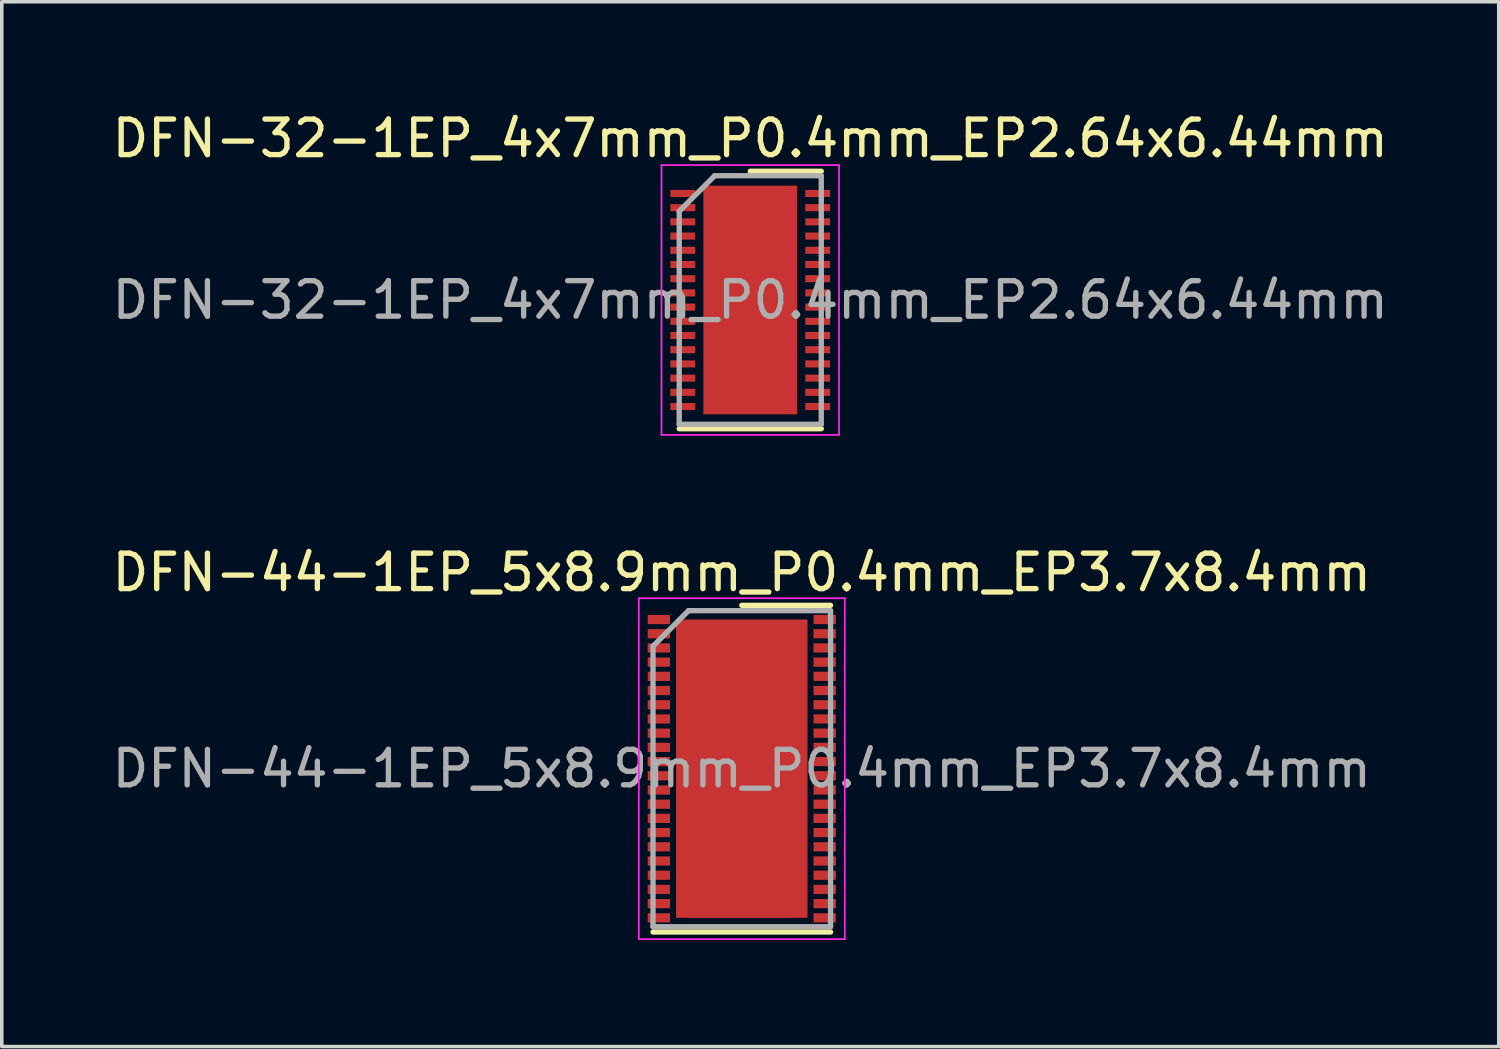
<source format=kicad_pcb>
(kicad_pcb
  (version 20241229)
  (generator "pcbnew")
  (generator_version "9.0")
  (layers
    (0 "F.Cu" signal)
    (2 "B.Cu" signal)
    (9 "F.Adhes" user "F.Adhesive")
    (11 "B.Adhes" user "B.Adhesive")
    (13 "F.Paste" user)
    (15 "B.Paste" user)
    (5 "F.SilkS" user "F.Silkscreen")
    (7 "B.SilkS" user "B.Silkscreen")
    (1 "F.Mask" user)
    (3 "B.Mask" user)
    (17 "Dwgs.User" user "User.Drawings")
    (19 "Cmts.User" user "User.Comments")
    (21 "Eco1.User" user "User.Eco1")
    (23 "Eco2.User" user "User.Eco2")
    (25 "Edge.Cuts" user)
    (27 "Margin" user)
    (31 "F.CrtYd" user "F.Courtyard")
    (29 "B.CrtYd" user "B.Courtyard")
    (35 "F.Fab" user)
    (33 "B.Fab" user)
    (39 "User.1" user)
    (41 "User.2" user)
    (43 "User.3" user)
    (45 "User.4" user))
  (footprint "DFN-32-1EP_4x7mm_P0.4mm_EP2.64x6.44mm"
    (layer "F.Cu")
    (at 18.077 5.398)
    (property "Reference" "DFN-32-1EP_4x7mm_P0.4mm_EP2.64x6.44mm" (at 0 -4.55 0) (layer "F.SilkS") (effects (font (size 1 1) (thickness 0.15))))
    (attr smd)
    (fp_line (start -2 3.625) (end 2 3.625) (stroke (width 0.15) (type solid)) (layer "F.SilkS"))
    (fp_line (start 0 -3.625) (end 2 -3.625) (stroke (width 0.15) (type solid)) (layer "F.SilkS"))
    (fp_line (start -2.5 -3.8) (end -2.5 3.8) (stroke (width 0.05) (type solid)) (layer "F.CrtYd"))
    (fp_line (start -2.5 -3.8) (end 2.5 -3.8) (stroke (width 0.05) (type solid)) (layer "F.CrtYd"))
    (fp_line (start -2.5 3.8) (end 2.5 3.8) (stroke (width 0.05) (type solid)) (layer "F.CrtYd"))
    (fp_line (start 2.5 -3.8) (end 2.5 3.8) (stroke (width 0.05) (type solid)) (layer "F.CrtYd"))
    (fp_line (start -2 -2.5) (end -1 -3.5) (stroke (width 0.15) (type solid)) (layer "F.Fab"))
    (fp_line (start -2 3.5) (end -2 -2.5) (stroke (width 0.15) (type solid)) (layer "F.Fab"))
    (fp_line (start -1 -3.5) (end 2 -3.5) (stroke (width 0.15) (type solid)) (layer "F.Fab"))
    (fp_line (start 2 -3.5) (end 2 3.5) (stroke (width 0.15) (type solid)) (layer "F.Fab"))
    (fp_line (start 2 3.5) (end -2 3.5) (stroke (width 0.15) (type solid)) (layer "F.Fab"))
    (fp_text user "${REFERENCE}" (at 0 0 0) (layer "F.Fab") (effects (font (size 1 1) (thickness 0.15))))
    (pad "" smd rect (at -0.66 -2.56) (size 1.05 1.05) (layers "F.Paste"))
    (pad "" smd rect (at -0.66 -1.28) (size 1.05 1.05) (layers "F.Paste"))
    (pad "" smd rect (at -0.66 0) (size 1.05 1.05) (layers "F.Paste"))
    (pad "" smd rect (at -0.66 1.28) (size 1.05 1.05) (layers "F.Paste"))
    (pad "" smd rect (at -0.66 2.56) (size 1.05 1.05) (layers "F.Paste"))
    (pad "" smd rect (at 0.66 -2.56) (size 1.05 1.05) (layers "F.Paste"))
    (pad "" smd rect (at 0.66 -1.28) (size 1.05 1.05) (layers "F.Paste"))
    (pad "" smd rect (at 0.66 0) (size 1.05 1.05) (layers "F.Paste"))
    (pad "" smd rect (at 0.66 1.28) (size 1.05 1.05) (layers "F.Paste"))
    (pad "" smd rect (at 0.66 2.56) (size 1.05 1.05) (layers "F.Paste"))
    (pad "1" smd rect (at -1.9 -3) (size 0.7 0.2) (layers "F.Cu" "F.Mask" "F.Paste"))
    (pad "2" smd rect (at -1.9 -2.6) (size 0.7 0.2) (layers "F.Cu" "F.Mask" "F.Paste"))
    (pad "3" smd rect (at -1.9 -2.2) (size 0.7 0.2) (layers "F.Cu" "F.Mask" "F.Paste"))
    (pad "4" smd rect (at -1.9 -1.8) (size 0.7 0.2) (layers "F.Cu" "F.Mask" "F.Paste"))
    (pad "5" smd rect (at -1.9 -1.4) (size 0.7 0.2) (layers "F.Cu" "F.Mask" "F.Paste"))
    (pad "6" smd rect (at -1.9 -1) (size 0.7 0.2) (layers "F.Cu" "F.Mask" "F.Paste"))
    (pad "7" smd rect (at -1.9 -0.6) (size 0.7 0.2) (layers "F.Cu" "F.Mask" "F.Paste"))
    (pad "8" smd rect (at -1.9 -0.2) (size 0.7 0.2) (layers "F.Cu" "F.Mask" "F.Paste"))
    (pad "9" smd rect (at -1.9 0.2) (size 0.7 0.2) (layers "F.Cu" "F.Mask" "F.Paste"))
    (pad "10" smd rect (at -1.9 0.6) (size 0.7 0.2) (layers "F.Cu" "F.Mask" "F.Paste"))
    (pad "11" smd rect (at -1.9 1) (size 0.7 0.2) (layers "F.Cu" "F.Mask" "F.Paste"))
    (pad "12" smd rect (at -1.9 1.4) (size 0.7 0.2) (layers "F.Cu" "F.Mask" "F.Paste"))
    (pad "13" smd rect (at -1.9 1.8) (size 0.7 0.2) (layers "F.Cu" "F.Mask" "F.Paste"))
    (pad "14" smd rect (at -1.9 2.2) (size 0.7 0.2) (layers "F.Cu" "F.Mask" "F.Paste"))
    (pad "15" smd rect (at -1.9 2.6) (size 0.7 0.2) (layers "F.Cu" "F.Mask" "F.Paste"))
    (pad "16" smd rect (at -1.9 3) (size 0.7 0.2) (layers "F.Cu" "F.Mask" "F.Paste"))
    (pad "17" smd rect (at 1.9 3) (size 0.7 0.2) (layers "F.Cu" "F.Mask" "F.Paste"))
    (pad "18" smd rect (at 1.9 2.6) (size 0.7 0.2) (layers "F.Cu" "F.Mask" "F.Paste"))
    (pad "19" smd rect (at 1.9 2.2) (size 0.7 0.2) (layers "F.Cu" "F.Mask" "F.Paste"))
    (pad "20" smd rect (at 1.9 1.8) (size 0.7 0.2) (layers "F.Cu" "F.Mask" "F.Paste"))
    (pad "21" smd rect (at 1.9 1.4) (size 0.7 0.2) (layers "F.Cu" "F.Mask" "F.Paste"))
    (pad "22" smd rect (at 1.9 1) (size 0.7 0.2) (layers "F.Cu" "F.Mask" "F.Paste"))
    (pad "23" smd rect (at 1.9 0.6) (size 0.7 0.2) (layers "F.Cu" "F.Mask" "F.Paste"))
    (pad "24" smd rect (at 1.9 0.2) (size 0.7 0.2) (layers "F.Cu" "F.Mask" "F.Paste"))
    (pad "25" smd rect (at 1.9 -0.2) (size 0.7 0.2) (layers "F.Cu" "F.Mask" "F.Paste"))
    (pad "26" smd rect (at 1.9 -0.6) (size 0.7 0.2) (layers "F.Cu" "F.Mask" "F.Paste"))
    (pad "27" smd rect (at 1.9 -1) (size 0.7 0.2) (layers "F.Cu" "F.Mask" "F.Paste"))
    (pad "28" smd rect (at 1.9 -1.4) (size 0.7 0.2) (layers "F.Cu" "F.Mask" "F.Paste"))
    (pad "29" smd rect (at 1.9 -1.8) (size 0.7 0.2) (layers "F.Cu" "F.Mask" "F.Paste"))
    (pad "30" smd rect (at 1.9 -2.2) (size 0.7 0.2) (layers "F.Cu" "F.Mask" "F.Paste"))
    (pad "31" smd rect (at 1.9 -2.6) (size 0.7 0.2) (layers "F.Cu" "F.Mask" "F.Paste"))
    (pad "32" smd rect (at 1.9 -3) (size 0.7 0.2) (layers "F.Cu" "F.Mask" "F.Paste"))
    (pad "33" smd rect (at 0 0) (size 2.64 6.44) (layers "F.Cu" "F.Mask")))
  (footprint "DFN-44-1EP_5x8.9mm_P0.4mm_EP3.7x8.4mm"
    (layer "F.Cu")
    (at 17.839 18.596)
    (property "Reference" "DFN-44-1EP_5x8.9mm_P0.4mm_EP3.7x8.4mm" (at 0 -5.525 0) (layer "F.SilkS") (effects (font (size 1 1) (thickness 0.15))))
    (attr smd)
    (fp_line (start -2.5 4.6) (end 2.5 4.6) (stroke (width 0.15) (type solid)) (layer "F.SilkS"))
    (fp_line (start 0 -4.6) (end 2.5 -4.6) (stroke (width 0.15) (type solid)) (layer "F.SilkS"))
    (fp_line (start -2.9 -4.8) (end -2.9 4.8) (stroke (width 0.05) (type solid)) (layer "F.CrtYd"))
    (fp_line (start -2.9 -4.8) (end 2.9 -4.8) (stroke (width 0.05) (type solid)) (layer "F.CrtYd"))
    (fp_line (start -2.9 4.8) (end 2.9 4.8) (stroke (width 0.05) (type solid)) (layer "F.CrtYd"))
    (fp_line (start 2.9 -4.8) (end 2.9 4.8) (stroke (width 0.05) (type solid)) (layer "F.CrtYd"))
    (fp_line (start -2.5 -3.45) (end -1.5 -4.45) (stroke (width 0.15) (type solid)) (layer "F.Fab"))
    (fp_line (start -2.5 4.45) (end -2.5 -3.45) (stroke (width 0.15) (type solid)) (layer "F.Fab"))
    (fp_line (start -1.5 -4.45) (end 2.5 -4.45) (stroke (width 0.15) (type solid)) (layer "F.Fab"))
    (fp_line (start 2.5 -4.45) (end 2.5 4.45) (stroke (width 0.15) (type solid)) (layer "F.Fab"))
    (fp_line (start 2.5 4.45) (end -2.5 4.45) (stroke (width 0.15) (type solid)) (layer "F.Fab"))
    (fp_text user "${REFERENCE}" (at 0 0 0) (layer "F.Fab") (effects (font (size 1 1) (thickness 0.15))))
    (pad "" smd rect (at -1.2 -3.5) (size 0.98 1.15) (layers "F.Paste"))
    (pad "" smd rect (at -1.2 -2.1) (size 0.98 1.15) (layers "F.Paste"))
    (pad "" smd rect (at -1.2 -0.7) (size 0.98 1.15) (layers "F.Paste"))
    (pad "" smd rect (at -1.2 0.7) (size 0.98 1.15) (layers "F.Paste"))
    (pad "" smd rect (at -1.2 2.1) (size 0.98 1.15) (layers "F.Paste"))
    (pad "" smd rect (at -1.2 3.5) (size 0.98 1.15) (layers "F.Paste"))
    (pad "" smd rect (at 0 -3.5) (size 0.98 1.15) (layers "F.Paste"))
    (pad "" smd rect (at 0 -2.1) (size 0.98 1.15) (layers "F.Paste"))
    (pad "" smd rect (at 0 -0.7) (size 0.98 1.15) (layers "F.Paste"))
    (pad "" smd rect (at 0 0.7) (size 0.98 1.15) (layers "F.Paste"))
    (pad "" smd rect (at 0 2.1) (size 0.98 1.15) (layers "F.Paste"))
    (pad "" smd rect (at 0 3.5) (size 0.98 1.15) (layers "F.Paste"))
    (pad "" smd rect (at 1.2 -3.5) (size 0.98 1.15) (layers "F.Paste"))
    (pad "" smd rect (at 1.2 -2.1) (size 0.98 1.15) (layers "F.Paste"))
    (pad "" smd rect (at 1.2 -0.7) (size 0.98 1.15) (layers "F.Paste"))
    (pad "" smd rect (at 1.2 0.7) (size 0.98 1.15) (layers "F.Paste"))
    (pad "" smd rect (at 1.2 2.1) (size 0.98 1.15) (layers "F.Paste"))
    (pad "" smd rect (at 1.2 3.5) (size 0.98 1.15) (layers "F.Paste"))
    (pad "1" smd rect (at -2.335 -4.2) (size 0.63 0.26) (layers "F.Cu" "F.Mask" "F.Paste"))
    (pad "2" smd rect (at -2.335 -3.8) (size 0.63 0.26) (layers "F.Cu" "F.Mask" "F.Paste"))
    (pad "3" smd rect (at -2.335 -3.4) (size 0.63 0.26) (layers "F.Cu" "F.Mask" "F.Paste"))
    (pad "4" smd rect (at -2.335 -3) (size 0.63 0.26) (layers "F.Cu" "F.Mask" "F.Paste"))
    (pad "5" smd rect (at -2.335 -2.6) (size 0.63 0.26) (layers "F.Cu" "F.Mask" "F.Paste"))
    (pad "6" smd rect (at -2.335 -2.2) (size 0.63 0.26) (layers "F.Cu" "F.Mask" "F.Paste"))
    (pad "7" smd rect (at -2.335 -1.8) (size 0.63 0.26) (layers "F.Cu" "F.Mask" "F.Paste"))
    (pad "8" smd rect (at -2.335 -1.4) (size 0.63 0.26) (layers "F.Cu" "F.Mask" "F.Paste"))
    (pad "9" smd rect (at -2.335 -1) (size 0.63 0.26) (layers "F.Cu" "F.Mask" "F.Paste"))
    (pad "10" smd rect (at -2.335 -0.6) (size 0.63 0.26) (layers "F.Cu" "F.Mask" "F.Paste"))
    (pad "11" smd rect (at -2.335 -0.2) (size 0.63 0.26) (layers "F.Cu" "F.Mask" "F.Paste"))
    (pad "12" smd rect (at -2.335 0.2) (size 0.63 0.26) (layers "F.Cu" "F.Mask" "F.Paste"))
    (pad "13" smd rect (at -2.335 0.6) (size 0.63 0.26) (layers "F.Cu" "F.Mask" "F.Paste"))
    (pad "14" smd rect (at -2.335 1) (size 0.63 0.26) (layers "F.Cu" "F.Mask" "F.Paste"))
    (pad "15" smd rect (at -2.335 1.4) (size 0.63 0.26) (layers "F.Cu" "F.Mask" "F.Paste"))
    (pad "16" smd rect (at -2.335 1.8) (size 0.63 0.26) (layers "F.Cu" "F.Mask" "F.Paste"))
    (pad "17" smd rect (at -2.335 2.2) (size 0.63 0.26) (layers "F.Cu" "F.Mask" "F.Paste"))
    (pad "18" smd rect (at -2.335 2.6) (size 0.63 0.26) (layers "F.Cu" "F.Mask" "F.Paste"))
    (pad "19" smd rect (at -2.335 3) (size 0.63 0.26) (layers "F.Cu" "F.Mask" "F.Paste"))
    (pad "20" smd rect (at -2.335 3.4) (size 0.63 0.26) (layers "F.Cu" "F.Mask" "F.Paste"))
    (pad "21" smd rect (at -2.335 3.8) (size 0.63 0.26) (layers "F.Cu" "F.Mask" "F.Paste"))
    (pad "22" smd rect (at -2.335 4.2) (size 0.63 0.26) (layers "F.Cu" "F.Mask" "F.Paste"))
    (pad "23" smd rect (at 2.335 4.2) (size 0.63 0.26) (layers "F.Cu" "F.Mask" "F.Paste"))
    (pad "24" smd rect (at 2.335 3.8) (size 0.63 0.26) (layers "F.Cu" "F.Mask" "F.Paste"))
    (pad "25" smd rect (at 2.335 3.4) (size 0.63 0.26) (layers "F.Cu" "F.Mask" "F.Paste"))
    (pad "26" smd rect (at 2.335 3) (size 0.63 0.26) (layers "F.Cu" "F.Mask" "F.Paste"))
    (pad "27" smd rect (at 2.335 2.6) (size 0.63 0.26) (layers "F.Cu" "F.Mask" "F.Paste"))
    (pad "28" smd rect (at 2.335 2.2) (size 0.63 0.26) (layers "F.Cu" "F.Mask" "F.Paste"))
    (pad "29" smd rect (at 2.335 1.8) (size 0.63 0.26) (layers "F.Cu" "F.Mask" "F.Paste"))
    (pad "30" smd rect (at 2.335 1.4) (size 0.63 0.26) (layers "F.Cu" "F.Mask" "F.Paste"))
    (pad "31" smd rect (at 2.335 1) (size 0.63 0.26) (layers "F.Cu" "F.Mask" "F.Paste"))
    (pad "32" smd rect (at 2.335 0.6) (size 0.63 0.26) (layers "F.Cu" "F.Mask" "F.Paste"))
    (pad "33" smd rect (at 2.335 0.2) (size 0.63 0.26) (layers "F.Cu" "F.Mask" "F.Paste"))
    (pad "34" smd rect (at 2.335 -0.2) (size 0.63 0.26) (layers "F.Cu" "F.Mask" "F.Paste"))
    (pad "35" smd rect (at 2.335 -0.6) (size 0.63 0.26) (layers "F.Cu" "F.Mask" "F.Paste"))
    (pad "36" smd rect (at 2.335 -1) (size 0.63 0.26) (layers "F.Cu" "F.Mask" "F.Paste"))
    (pad "37" smd rect (at 2.335 -1.4) (size 0.63 0.26) (layers "F.Cu" "F.Mask" "F.Paste"))
    (pad "38" smd rect (at 2.335 -1.8) (size 0.63 0.26) (layers "F.Cu" "F.Mask" "F.Paste"))
    (pad "39" smd rect (at 2.335 -2.2) (size 0.63 0.26) (layers "F.Cu" "F.Mask" "F.Paste"))
    (pad "40" smd rect (at 2.335 -2.6) (size 0.63 0.26) (layers "F.Cu" "F.Mask" "F.Paste"))
    (pad "41" smd rect (at 2.335 -3) (size 0.63 0.26) (layers "F.Cu" "F.Mask" "F.Paste"))
    (pad "42" smd rect (at 2.335 -3.4) (size 0.63 0.26) (layers "F.Cu" "F.Mask" "F.Paste"))
    (pad "43" smd rect (at 2.335 -3.8) (size 0.63 0.26) (layers "F.Cu" "F.Mask" "F.Paste"))
    (pad "44" smd rect (at 2.335 -4.2) (size 0.63 0.26) (layers "F.Cu" "F.Mask" "F.Paste"))
    (pad "45" smd rect (at 0 0) (size 3.7 8.4) (layers "F.Cu" "F.Mask")))
  (gr_rect
    (start -3 -3)
    (end 39.155 26.422)
    (stroke (width 0.1) (type default))
    (fill no)
    (layer "Edge.Cuts")))
</source>
